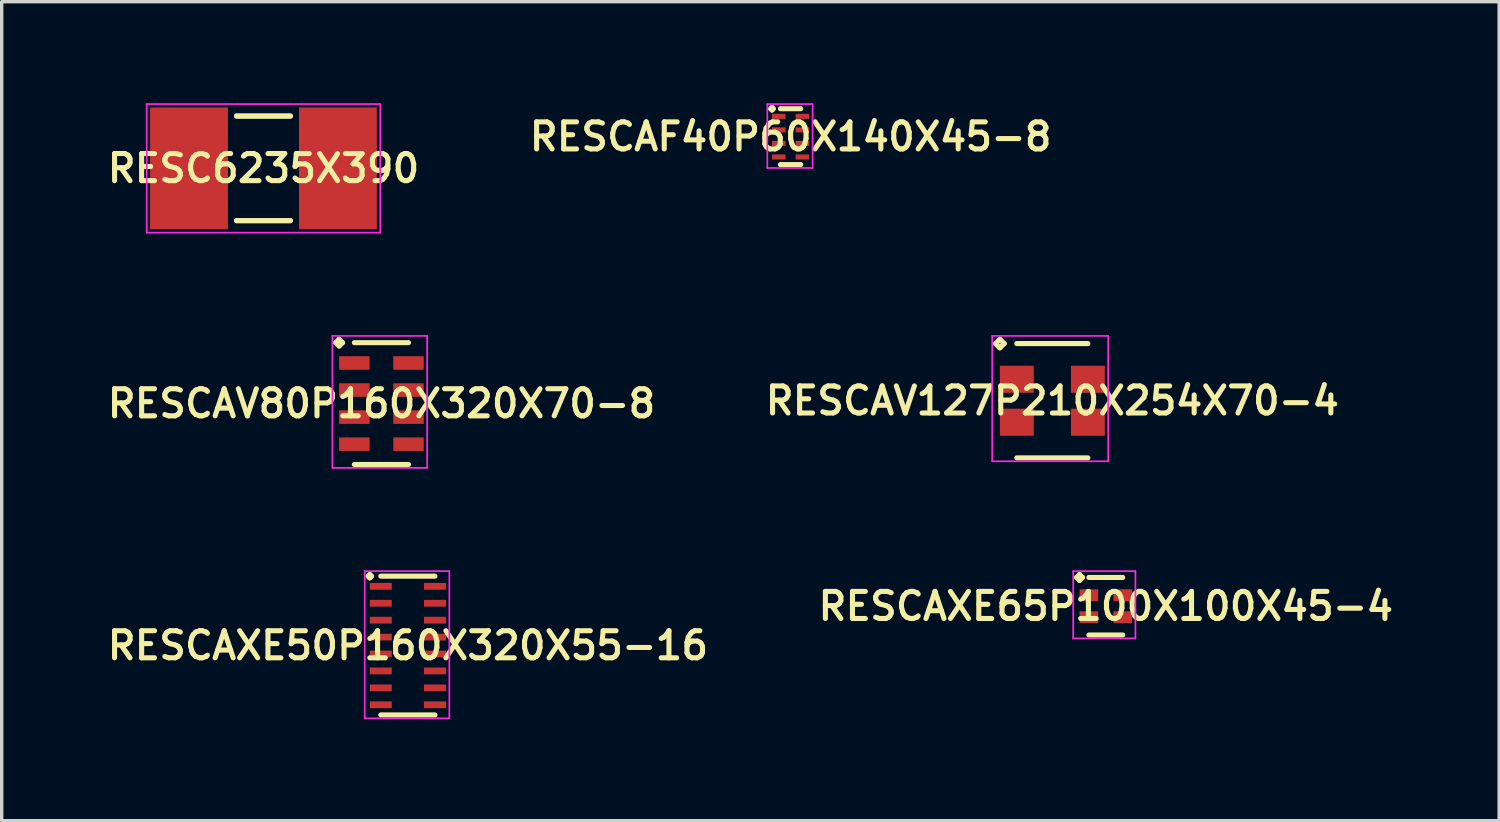
<source format=kicad_pcb>
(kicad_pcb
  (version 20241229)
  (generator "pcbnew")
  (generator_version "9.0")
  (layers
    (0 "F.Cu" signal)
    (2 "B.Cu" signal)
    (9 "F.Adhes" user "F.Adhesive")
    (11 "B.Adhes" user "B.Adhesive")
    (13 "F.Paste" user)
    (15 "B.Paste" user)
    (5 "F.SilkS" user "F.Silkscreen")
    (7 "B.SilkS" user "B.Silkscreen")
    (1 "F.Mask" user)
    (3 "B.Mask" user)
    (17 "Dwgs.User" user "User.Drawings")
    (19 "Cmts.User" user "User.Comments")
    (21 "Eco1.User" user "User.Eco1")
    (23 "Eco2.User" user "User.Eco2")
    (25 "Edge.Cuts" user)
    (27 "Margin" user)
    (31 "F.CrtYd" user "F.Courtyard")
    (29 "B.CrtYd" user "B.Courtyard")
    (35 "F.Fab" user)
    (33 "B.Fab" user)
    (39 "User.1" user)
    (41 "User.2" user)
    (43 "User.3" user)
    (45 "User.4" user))
  (footprint "RESCAV80P160X320X70-8"
    (layer "F.Cu")
    (at 8.221 8.875)
    (property "Reference" "RESCAV80P160X320X70-8" (at 0 0 0) (layer "F.SilkS") (effects (font (size 0.8 0.8) (thickness 0.15))))
    (attr smd)
    (fp_line (start -1.35 -1.8) (end -1.25 -1.9) (stroke (width 0.15) (type solid)) (layer "F.SilkS"))
    (fp_line (start -1.25 -1.9) (end -1.15 -1.8) (stroke (width 0.15) (type solid)) (layer "F.SilkS"))
    (fp_line (start -1.25 -1.7) (end -1.35 -1.8) (stroke (width 0.15) (type solid)) (layer "F.SilkS"))
    (fp_line (start -1.15 -1.8) (end -1.25 -1.7) (stroke (width 0.15) (type solid)) (layer "F.SilkS"))
    (fp_line (start -0.8 -1.8) (end 0.8 -1.8) (stroke (width 0.15) (type solid)) (layer "F.SilkS"))
    (fp_line (start -0.8 1.8) (end 0.8 1.8) (stroke (width 0.15) (type solid)) (layer "F.SilkS"))
    (fp_line (start -1.45 -2) (end 1.35 -2) (stroke (width 0.05) (type solid)) (layer "F.CrtYd"))
    (fp_line (start -1.45 1.9) (end -1.45 -2) (stroke (width 0.05) (type solid)) (layer "F.CrtYd"))
    (fp_line (start 1.35 -2) (end 1.35 1.9) (stroke (width 0.05) (type solid)) (layer "F.CrtYd"))
    (fp_line (start 1.35 1.9) (end -1.45 1.9) (stroke (width 0.05) (type solid)) (layer "F.CrtYd"))
    (pad "1" smd rect (at -0.8 -1.2) (size 0.9 0.4) (layers "F.Cu" "F.Mask" "F.Paste"))
    (pad "2" smd rect (at -0.8 -0.4) (size 0.9 0.4) (layers "F.Cu" "F.Mask" "F.Paste"))
    (pad "3" smd rect (at -0.8 0.4) (size 0.9 0.4) (layers "F.Cu" "F.Mask" "F.Paste"))
    (pad "4" smd rect (at -0.8 1.2) (size 0.9 0.4) (layers "F.Cu" "F.Mask" "F.Paste"))
    (pad "5" smd rect (at 0.8 1.2) (size 0.9 0.4) (layers "F.Cu" "F.Mask" "F.Paste"))
    (pad "6" smd rect (at 0.8 0.4) (size 0.9 0.4) (layers "F.Cu" "F.Mask" "F.Paste"))
    (pad "7" smd rect (at 0.8 -0.4) (size 0.9 0.4) (layers "F.Cu" "F.Mask" "F.Paste"))
    (pad "8" smd rect (at 0.8 -1.2) (size 0.9 0.4) (layers "F.Cu" "F.Mask" "F.Paste")))
  (footprint "RESCAV127P210X254X70-4"
    (layer "F.Cu")
    (at 28.045 8.791)
    (property "Reference" "RESCAV127P210X254X70-4" (at 0 0 0) (layer "F.SilkS") (effects (font (size 0.8 0.8) (thickness 0.15))))
    (attr smd)
    (fp_line (start -1.677 -1.689) (end -1.55 -1.816) (stroke (width 0.15) (type solid)) (layer "F.SilkS"))
    (fp_line (start -1.55 -1.816) (end -1.423 -1.689) (stroke (width 0.15) (type solid)) (layer "F.SilkS"))
    (fp_line (start -1.55 -1.562) (end -1.677 -1.689) (stroke (width 0.15) (type solid)) (layer "F.SilkS"))
    (fp_line (start -1.423 -1.689) (end -1.55 -1.562) (stroke (width 0.15) (type solid)) (layer "F.SilkS"))
    (fp_line (start -1.05 -1.689) (end 1.05 -1.689) (stroke (width 0.15) (type solid)) (layer "F.SilkS"))
    (fp_line (start -1.05 1.689) (end 1.05 1.689) (stroke (width 0.15) (type solid)) (layer "F.SilkS"))
    (fp_line (start -1.777 -1.916) (end 1.65 -1.916) (stroke (width 0.05) (type solid)) (layer "F.CrtYd"))
    (fp_line (start -1.777 1.789) (end -1.777 -1.916) (stroke (width 0.05) (type solid)) (layer "F.CrtYd"))
    (fp_line (start 1.65 -1.916) (end 1.65 1.789) (stroke (width 0.05) (type solid)) (layer "F.CrtYd"))
    (fp_line (start 1.65 1.789) (end -1.777 1.789) (stroke (width 0.05) (type solid)) (layer "F.CrtYd"))
    (pad "1" smd rect (at -1.05 -0.635) (size 1 0.8) (layers "F.Cu" "F.Mask" "F.Paste"))
    (pad "2" smd rect (at -1.05 0.635) (size 1 0.8) (layers "F.Cu" "F.Mask" "F.Paste"))
    (pad "3" smd rect (at 1.05 0.635) (size 1 0.8) (layers "F.Cu" "F.Mask" "F.Paste"))
    (pad "4" smd rect (at 1.05 -0.635) (size 1 0.8) (layers "F.Cu" "F.Mask" "F.Paste")))
  (footprint "RESC6235X390"
    (layer "F.Cu")
    (at 4.735 1.925)
    (property "Reference" "RESC6235X390" (at 0 0 0) (layer "F.SilkS") (effects (font (size 0.8 0.8) (thickness 0.15))))
    (attr smd)
    (fp_line (start -0.796 -1.546) (end 0.796 -1.546) (stroke (width 0.15) (type solid)) (layer "F.SilkS"))
    (fp_line (start -0.796 1.546) (end 0.796 1.546) (stroke (width 0.15) (type solid)) (layer "F.SilkS"))
    (fp_line (start 0.796 -1.546) (end -0.796 -1.546) (stroke (width 0.15) (type solid)) (layer "F.SilkS"))
    (fp_line (start 0.796 1.546) (end -0.796 1.546) (stroke (width 0.15) (type solid)) (layer "F.SilkS"))
    (fp_line (start -3.45 -1.9) (end 3.45 -1.9) (stroke (width 0.05) (type solid)) (layer "F.CrtYd"))
    (fp_line (start -3.45 1.9) (end -3.45 -1.9) (stroke (width 0.05) (type solid)) (layer "F.CrtYd"))
    (fp_line (start 3.45 -1.9) (end 3.45 1.9) (stroke (width 0.05) (type solid)) (layer "F.CrtYd"))
    (fp_line (start 3.45 1.9) (end -3.45 1.9) (stroke (width 0.05) (type solid)) (layer "F.CrtYd"))
    (pad "1" smd rect (at -2.2 0) (size 2.3 3.6) (layers "F.Cu" "F.Mask" "F.Paste"))
    (pad "2" smd rect (at 2.2 0) (size 2.3 3.6) (layers "F.Cu" "F.Mask" "F.Paste")))
  (footprint "RESCAF40P60X140X45-8"
    (layer "F.Cu")
    (at 20.311 0.988)
    (property "Reference" "RESCAF40P60X140X45-8" (at 0 0 0) (layer "F.SilkS") (effects (font (size 0.8 0.8) (thickness 0.15))))
    (attr smd)
    (fp_line (start -0.588 -0.825) (end -0.55 -0.863) (stroke (width 0.15) (type solid)) (layer "F.SilkS"))
    (fp_line (start -0.55 -0.863) (end -0.512 -0.825) (stroke (width 0.15) (type solid)) (layer "F.SilkS"))
    (fp_line (start -0.55 -0.787) (end -0.588 -0.825) (stroke (width 0.15) (type solid)) (layer "F.SilkS"))
    (fp_line (start -0.512 -0.825) (end -0.55 -0.787) (stroke (width 0.15) (type solid)) (layer "F.SilkS"))
    (fp_line (start -0.3 -0.825) (end 0.3 -0.825) (stroke (width 0.15) (type solid)) (layer "F.SilkS"))
    (fp_line (start -0.3 0.825) (end 0.3 0.825) (stroke (width 0.15) (type solid)) (layer "F.SilkS"))
    (fp_line (start -0.688 -0.963) (end 0.65 -0.963) (stroke (width 0.05) (type solid)) (layer "F.CrtYd"))
    (fp_line (start -0.688 0.925) (end -0.688 -0.963) (stroke (width 0.05) (type solid)) (layer "F.CrtYd"))
    (fp_line (start 0.65 -0.963) (end 0.65 0.925) (stroke (width 0.05) (type solid)) (layer "F.CrtYd"))
    (fp_line (start 0.65 0.925) (end -0.688 0.925) (stroke (width 0.05) (type solid)) (layer "F.CrtYd"))
    (pad "1" smd rect (at -0.35 -0.6) (size 0.4 0.15) (layers "F.Cu" "F.Mask" "F.Paste"))
    (pad "2" smd rect (at -0.35 -0.2) (size 0.4 0.15) (layers "F.Cu" "F.Mask" "F.Paste"))
    (pad "3" smd rect (at -0.35 0.2) (size 0.4 0.15) (layers "F.Cu" "F.Mask" "F.Paste"))
    (pad "4" smd rect (at -0.35 0.6) (size 0.4 0.15) (layers "F.Cu" "F.Mask" "F.Paste"))
    (pad "5" smd rect (at 0.35 0.6) (size 0.4 0.15) (layers "F.Cu" "F.Mask" "F.Paste"))
    (pad "6" smd rect (at 0.35 0.2) (size 0.4 0.15) (layers "F.Cu" "F.Mask" "F.Paste"))
    (pad "7" smd rect (at 0.35 -0.2) (size 0.4 0.15) (layers "F.Cu" "F.Mask" "F.Paste"))
    (pad "8" smd rect (at 0.35 -0.6) (size 0.4 0.15) (layers "F.Cu" "F.Mask" "F.Paste")))
  (footprint "RESCAXE65P100X100X45-4"
    (layer "F.Cu")
    (at 29.625 14.863)
    (property "Reference" "RESCAXE65P100X100X45-4" (at 0 0 0) (layer "F.SilkS") (effects (font (size 0.8 0.8) (thickness 0.15))))
    (attr smd)
    (fp_line (start -0.863 -0.85) (end -0.775 -0.938) (stroke (width 0.15) (type solid)) (layer "F.SilkS"))
    (fp_line (start -0.775 -0.938) (end -0.688 -0.85) (stroke (width 0.15) (type solid)) (layer "F.SilkS"))
    (fp_line (start -0.775 -0.762) (end -0.863 -0.85) (stroke (width 0.15) (type solid)) (layer "F.SilkS"))
    (fp_line (start -0.688 -0.85) (end -0.775 -0.762) (stroke (width 0.15) (type solid)) (layer "F.SilkS"))
    (fp_line (start -0.5 -0.85) (end 0.5 -0.85) (stroke (width 0.15) (type solid)) (layer "F.SilkS"))
    (fp_line (start -0.5 0.85) (end 0.5 0.85) (stroke (width 0.15) (type solid)) (layer "F.SilkS"))
    (fp_line (start -0.963 -1.038) (end 0.875 -1.038) (stroke (width 0.05) (type solid)) (layer "F.CrtYd"))
    (fp_line (start -0.963 0.95) (end -0.963 -1.038) (stroke (width 0.05) (type solid)) (layer "F.CrtYd"))
    (fp_line (start 0.875 -1.038) (end 0.875 0.95) (stroke (width 0.05) (type solid)) (layer "F.CrtYd"))
    (fp_line (start 0.875 0.95) (end -0.963 0.95) (stroke (width 0.05) (type solid)) (layer "F.CrtYd"))
    (pad "1" smd rect (at -0.5 -0.325) (size 0.55 0.35) (layers "F.Cu" "F.Mask" "F.Paste"))
    (pad "2" smd rect (at -0.5 0.325) (size 0.55 0.35) (layers "F.Cu" "F.Mask" "F.Paste"))
    (pad "3" smd rect (at 0.5 0.325) (size 0.55 0.35) (layers "F.Cu" "F.Mask" "F.Paste"))
    (pad "4" smd rect (at 0.5 -0.325) (size 0.55 0.35) (layers "F.Cu" "F.Mask" "F.Paste")))
  (footprint "RESCAXE50P160X320X55-16"
    (layer "F.Cu")
    (at 9.002 16.025)
    (property "Reference" "RESCAXE50P160X320X55-16" (at 0 0 0) (layer "F.SilkS") (effects (font (size 0.8 0.8) (thickness 0.15))))
    (attr smd)
    (fp_line (start -1.175 -2.05) (end -1.125 -2.1) (stroke (width 0.15) (type solid)) (layer "F.SilkS"))
    (fp_line (start -1.125 -2.1) (end -1.075 -2.05) (stroke (width 0.15) (type solid)) (layer "F.SilkS"))
    (fp_line (start -1.125 -2) (end -1.175 -2.05) (stroke (width 0.15) (type solid)) (layer "F.SilkS"))
    (fp_line (start -1.075 -2.05) (end -1.125 -2) (stroke (width 0.15) (type solid)) (layer "F.SilkS"))
    (fp_line (start -0.8 -2.05) (end 0.8 -2.05) (stroke (width 0.15) (type solid)) (layer "F.SilkS"))
    (fp_line (start -0.8 2.05) (end 0.8 2.05) (stroke (width 0.15) (type solid)) (layer "F.SilkS"))
    (fp_line (start -1.275 -2.2) (end 1.225 -2.2) (stroke (width 0.05) (type solid)) (layer "F.CrtYd"))
    (fp_line (start -1.275 2.15) (end -1.275 -2.2) (stroke (width 0.05) (type solid)) (layer "F.CrtYd"))
    (fp_line (start 1.225 -2.2) (end 1.225 2.15) (stroke (width 0.05) (type solid)) (layer "F.CrtYd"))
    (fp_line (start 1.225 2.15) (end -1.275 2.15) (stroke (width 0.05) (type solid)) (layer "F.CrtYd"))
    (pad "1" smd rect (at -0.8 -1.75) (size 0.65 0.2) (layers "F.Cu" "F.Mask" "F.Paste"))
    (pad "2" smd rect (at -0.8 -1.25) (size 0.65 0.2) (layers "F.Cu" "F.Mask" "F.Paste"))
    (pad "3" smd rect (at -0.8 -0.75) (size 0.65 0.2) (layers "F.Cu" "F.Mask" "F.Paste"))
    (pad "4" smd rect (at -0.8 -0.25) (size 0.65 0.2) (layers "F.Cu" "F.Mask" "F.Paste"))
    (pad "5" smd rect (at -0.8 0.25) (size 0.65 0.2) (layers "F.Cu" "F.Mask" "F.Paste"))
    (pad "6" smd rect (at -0.8 0.75) (size 0.65 0.2) (layers "F.Cu" "F.Mask" "F.Paste"))
    (pad "7" smd rect (at -0.8 1.25) (size 0.65 0.2) (layers "F.Cu" "F.Mask" "F.Paste"))
    (pad "8" smd rect (at -0.8 1.75) (size 0.65 0.2) (layers "F.Cu" "F.Mask" "F.Paste"))
    (pad "9" smd rect (at 0.8 1.75) (size 0.65 0.2) (layers "F.Cu" "F.Mask" "F.Paste"))
    (pad "10" smd rect (at 0.8 1.25) (size 0.65 0.2) (layers "F.Cu" "F.Mask" "F.Paste"))
    (pad "11" smd rect (at 0.8 0.75) (size 0.65 0.2) (layers "F.Cu" "F.Mask" "F.Paste"))
    (pad "12" smd rect (at 0.8 0.25) (size 0.65 0.2) (layers "F.Cu" "F.Mask" "F.Paste"))
    (pad "13" smd rect (at 0.8 -0.25) (size 0.65 0.2) (layers "F.Cu" "F.Mask" "F.Paste"))
    (pad "14" smd rect (at 0.8 -0.75) (size 0.65 0.2) (layers "F.Cu" "F.Mask" "F.Paste"))
    (pad "15" smd rect (at 0.8 -1.25) (size 0.65 0.2) (layers "F.Cu" "F.Mask" "F.Paste"))
    (pad "16" smd rect (at 0.8 -1.75) (size 0.65 0.2) (layers "F.Cu" "F.Mask" "F.Paste")))
  (gr_rect
    (start -3 -3)
    (end 41.247 21.2)
    (stroke (width 0.1) (type default))
    (fill no)
    (layer "Edge.Cuts")))
</source>
